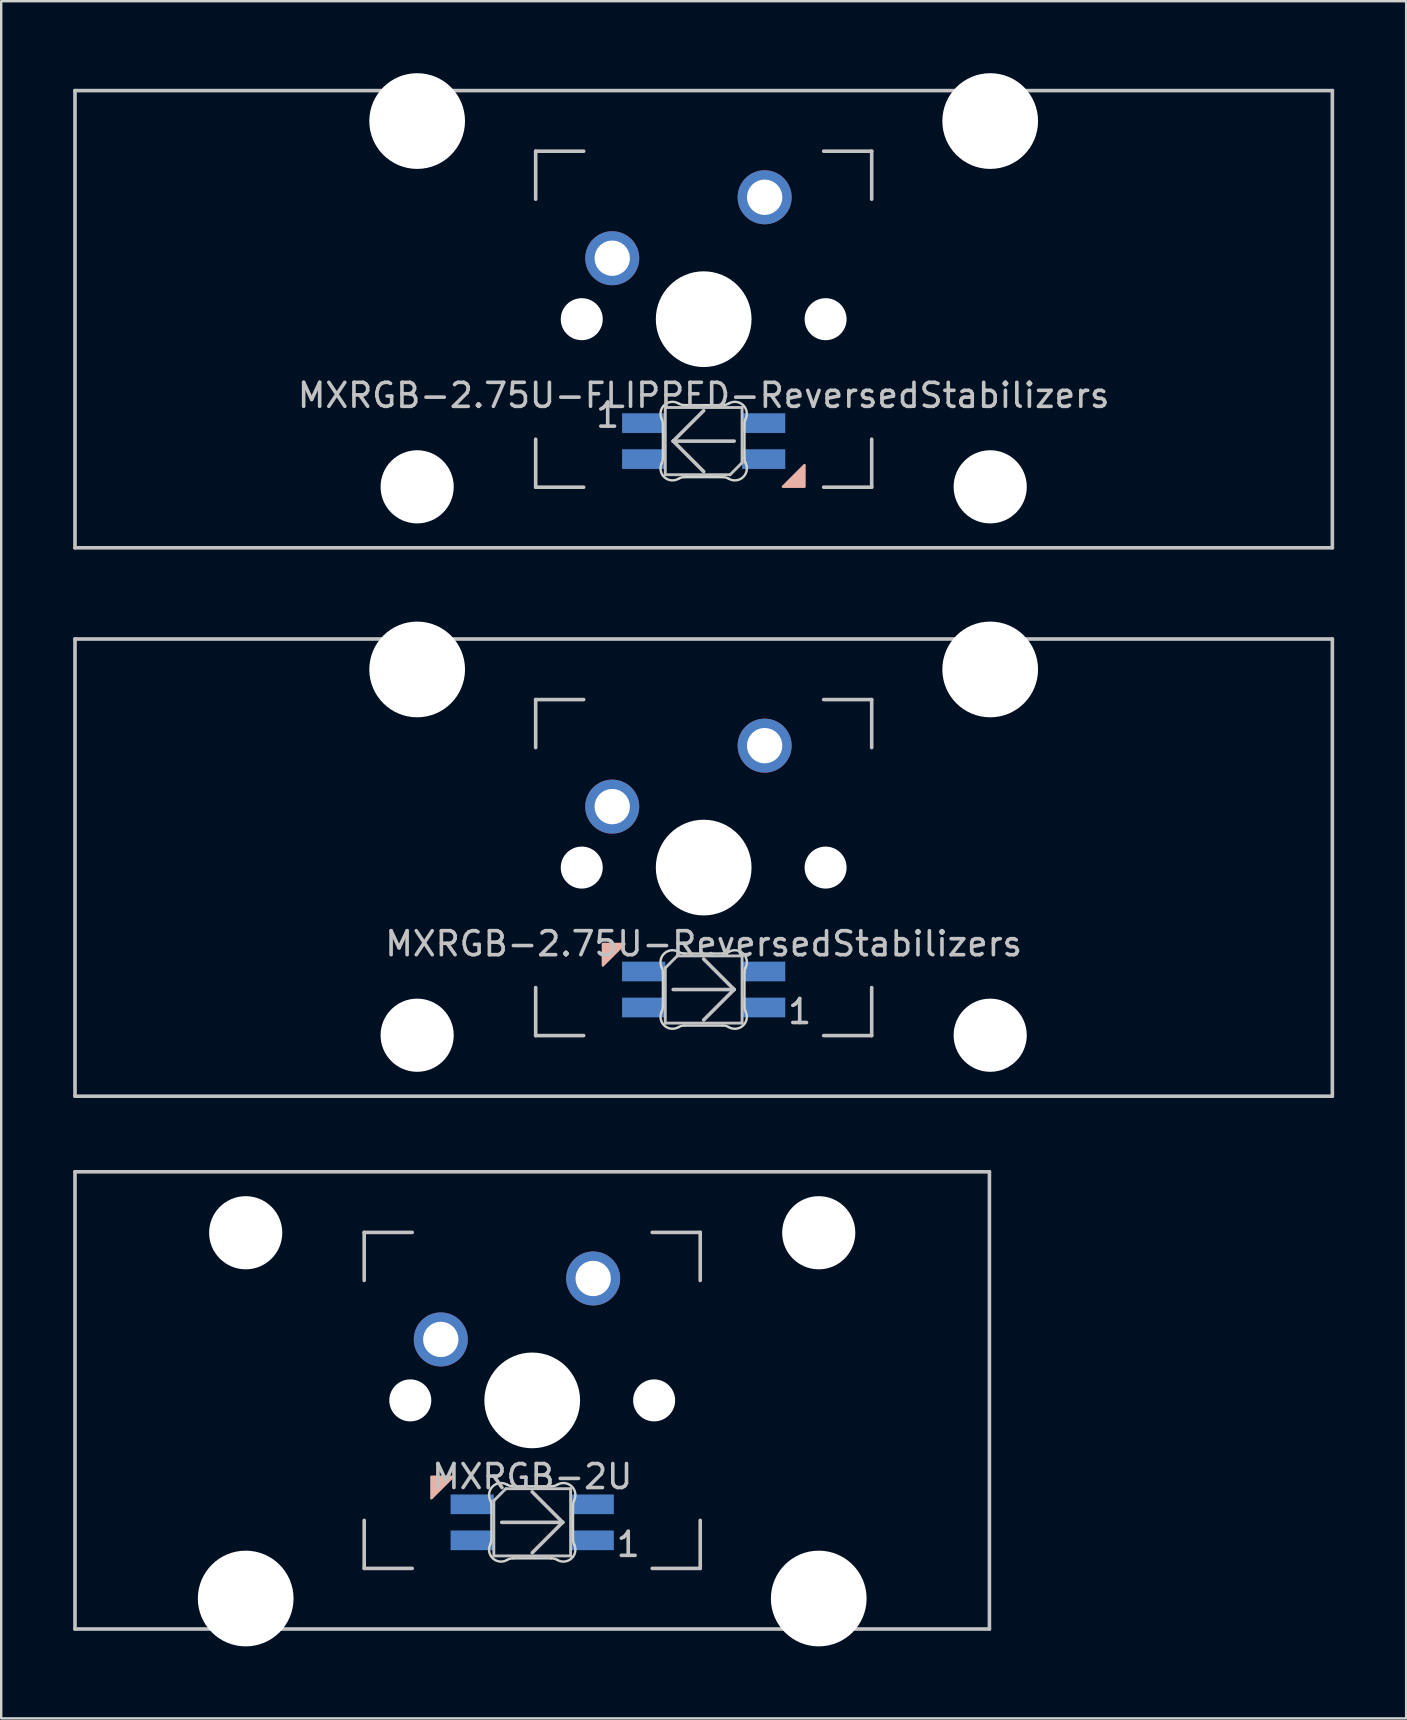
<source format=kicad_pcb>
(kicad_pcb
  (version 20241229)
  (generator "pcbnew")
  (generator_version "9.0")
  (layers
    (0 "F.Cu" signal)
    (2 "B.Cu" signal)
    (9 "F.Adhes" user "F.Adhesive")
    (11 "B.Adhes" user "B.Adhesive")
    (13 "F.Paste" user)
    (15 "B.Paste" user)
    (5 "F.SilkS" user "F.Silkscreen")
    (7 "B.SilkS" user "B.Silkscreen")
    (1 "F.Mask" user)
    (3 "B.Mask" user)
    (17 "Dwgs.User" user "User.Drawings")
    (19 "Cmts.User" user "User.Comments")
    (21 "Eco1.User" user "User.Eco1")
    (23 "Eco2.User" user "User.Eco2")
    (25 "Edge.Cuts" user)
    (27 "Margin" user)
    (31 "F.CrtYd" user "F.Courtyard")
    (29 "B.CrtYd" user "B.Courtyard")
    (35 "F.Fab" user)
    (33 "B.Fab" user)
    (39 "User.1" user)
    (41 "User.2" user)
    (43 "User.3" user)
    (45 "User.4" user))
  (footprint "MXRGB-2U"
    (layer "F.Cu")
    (at 19.125 55.298)
    (property "Reference" "MXRGB-2U" (at 0 3.175 0) (layer "Dwgs.User") (effects (font (size 1 1) (thickness 0.15))))
    (attr through_hole)
    (fp_poly (pts (xy -4.2 4.08) (xy -3.3 3.18) (xy -4.2 3.18)) (stroke (width 0.1) (type solid)) (fill yes) (layer "B.SilkS"))
    (fp_line (start -19.05 -9.525) (end 19.05 -9.525) (stroke (width 0.15) (type solid)) (layer "Dwgs.User"))
    (fp_line (start -19.05 9.525) (end -19.05 -9.525) (stroke (width 0.15) (type solid)) (layer "Dwgs.User"))
    (fp_line (start -19.05 9.525) (end 19.05 9.525) (stroke (width 0.15) (type solid)) (layer "Dwgs.User"))
    (fp_line (start -7 -7) (end -7 -5) (stroke (width 0.15) (type solid)) (layer "Dwgs.User"))
    (fp_line (start -7 5) (end -7 7) (stroke (width 0.15) (type solid)) (layer "Dwgs.User"))
    (fp_line (start -7 7) (end -5 7) (stroke (width 0.15) (type solid)) (layer "Dwgs.User"))
    (fp_line (start -5 -7) (end -7 -7) (stroke (width 0.15) (type solid)) (layer "Dwgs.User"))
    (fp_line (start -1.6 4.18) (end -1.6 6.48) (stroke (width 0.12) (type solid)) (layer "Dwgs.User"))
    (fp_line (start -1.6 4.18) (end -1.1 3.68) (stroke (width 0.12) (type solid)) (layer "Dwgs.User"))
    (fp_line (start -1.6 6.48) (end 1.6 6.48) (stroke (width 0.12) (type solid)) (layer "Dwgs.User"))
    (fp_line (start -1.27 5.08) (end 1.27 5.08) (stroke (width 0.15) (type solid)) (layer "Dwgs.User"))
    (fp_line (start 1.27 5.08) (end 0 3.81) (stroke (width 0.15) (type solid)) (layer "Dwgs.User"))
    (fp_line (start 1.27 5.08) (end 0 6.35) (stroke (width 0.15) (type solid)) (layer "Dwgs.User"))
    (fp_line (start 1.6 3.68) (end -1.1 3.68) (stroke (width 0.12) (type solid)) (layer "Dwgs.User"))
    (fp_line (start 1.6 6.48) (end 1.6 3.68) (stroke (width 0.12) (type solid)) (layer "Dwgs.User"))
    (fp_line (start 5 -7) (end 7 -7) (stroke (width 0.15) (type solid)) (layer "Dwgs.User"))
    (fp_line (start 5 7) (end 7 7) (stroke (width 0.15) (type solid)) (layer "Dwgs.User"))
    (fp_line (start 7 -7) (end 7 -5) (stroke (width 0.15) (type solid)) (layer "Dwgs.User"))
    (fp_line (start 7 7) (end 7 5) (stroke (width 0.15) (type solid)) (layer "Dwgs.User"))
    (fp_line (start 19.05 -9.525) (end 19.05 9.525) (stroke (width 0.15) (type solid)) (layer "Dwgs.User"))
    (fp_line (start -1.7 5.783) (end -1.7 4.377) (stroke (width 0.1) (type solid)) (layer "Edge.Cuts"))
    (fp_line (start -0.794 3.58) (end 0.794 3.58) (stroke (width 0.1) (type solid)) (layer "Edge.Cuts"))
    (fp_line (start 0.794 6.58) (end -0.794 6.58) (stroke (width 0.1) (type solid)) (layer "Edge.Cuts"))
    (fp_line (start 1.7 4.377) (end 1.7 5.783) (stroke (width 0.1) (type solid)) (layer "Edge.Cuts"))
    (fp_arc (start -1.749484 4.160281) (mid -1.712527 4.265933) (end -1.699999 4.377159) (stroke (width 0.1) (type solid)) (layer "Edge.Cuts"))
    (fp_arc (start -1.749484 4.160282) (mid -1.638072 3.575966) (end -1.046711 3.511702) (stroke (width 0.1) (type solid)) (layer "Edge.Cuts"))
    (fp_arc (start -1.699999 5.782844) (mid -1.712527 5.894069) (end -1.749484 5.999721) (stroke (width 0.1) (type solid)) (layer "Edge.Cuts"))
    (fp_arc (start -1.046711 6.648299) (mid -1.638071 6.584035) (end -1.749484 5.999721) (stroke (width 0.1) (type solid)) (layer "Edge.Cuts"))
    (fp_arc (start -1.046711 6.648299) (mid -0.925123 6.597377) (end -0.794453 6.58) (stroke (width 0.1) (type solid)) (layer "Edge.Cuts"))
    (fp_arc (start -0.794452 3.580001) (mid -0.925123 3.562624) (end -1.046711 3.511702) (stroke (width 0.1) (type solid)) (layer "Edge.Cuts"))
    (fp_arc (start 0.794453 6.580001) (mid 0.925123 6.597378) (end 1.046711 6.6483) (stroke (width 0.1) (type solid)) (layer "Edge.Cuts"))
    (fp_arc (start 1.04671 3.511702) (mid 0.925122 3.562624) (end 0.794452 3.580001) (stroke (width 0.1) (type solid)) (layer "Edge.Cuts"))
    (fp_arc (start 1.046711 3.511704) (mid 1.63807 3.575967) (end 1.749484 4.160281) (stroke (width 0.1) (type solid)) (layer "Edge.Cuts"))
    (fp_arc (start 1.699999 4.377158) (mid 1.712527 4.265933) (end 1.749484 4.160281) (stroke (width 0.1) (type solid)) (layer "Edge.Cuts"))
    (fp_arc (start 1.749484 5.999721) (mid 1.638071 6.584036) (end 1.046711 6.6483) (stroke (width 0.1) (type solid)) (layer "Edge.Cuts"))
    (fp_arc (start 1.749484 5.999721) (mid 1.712527 5.894069) (end 1.699999 5.782843) (stroke (width 0.1) (type solid)) (layer "Edge.Cuts"))
    (fp_text user "1" (at 4 6 0) (layer "Dwgs.User") (effects (font (size 1 1) (thickness 0.15))))
    (pad "" np_thru_hole circle (at -11.938 -6.985) (size 3.048 3.048) (drill 3.048) (layers "*.Cu" "*.Mask"))
    (pad "" np_thru_hole circle (at -11.938 8.255) (size 3.988 3.988) (drill 3.988) (layers "*.Cu" "*.Mask"))
    (pad "" np_thru_hole circle (at -5.08 0 48.1) (size 1.75 1.75) (drill 1.75) (layers "*.Cu" "*.Mask"))
    (pad "" np_thru_hole circle (at 0 0) (size 3.988 3.988) (drill 3.988) (layers "*.Cu" "*.Mask"))
    (pad "" np_thru_hole circle (at 5.08 0 48.1) (size 1.75 1.75) (drill 1.75) (layers "*.Cu" "*.Mask"))
    (pad "" np_thru_hole circle (at 11.938 -6.985) (size 3.048 3.048) (drill 3.048) (layers "*.Cu" "*.Mask"))
    (pad "" np_thru_hole circle (at 11.938 8.255) (size 3.988 3.988) (drill 3.988) (layers "*.Cu" "*.Mask"))
    (pad "1" thru_hole circle (at -3.81 -2.54) (size 2.25 2.25) (drill 1.47) (layers "*.Cu" "B.Mask"))
    (pad "2" thru_hole circle (at 2.54 -5.08) (size 2.25 2.25) (drill 1.47) (layers "*.Cu" "B.Mask"))
    (pad "3" smd rect (at 2.5 5.83) (size 1.8 0.82) (layers "B.Cu" "B.Mask" "B.Paste"))
    (pad "4" smd rect (at 2.5 4.33) (size 1.8 0.82) (layers "B.Cu" "B.Mask" "B.Paste"))
    (pad "5" smd rect (at -2.5 4.33) (size 1.8 0.82) (layers "B.Cu" "B.Mask" "B.Paste"))
    (pad "6" smd rect (at -2.5 5.83) (size 1.8 0.82) (layers "B.Cu" "B.Mask" "B.Paste")))
  (footprint "MXRGB-2.75U-FLIPPED-ReversedStabilizers"
    (layer "F.Cu")
    (at 26.269 10.249)
    (property "Reference" "MXRGB-2.75U-FLIPPED-ReversedStabilizers" (at 0 3.175 0) (layer "Dwgs.User") (effects (font (size 1 1) (thickness 0.15))))
    (attr through_hole)
    (fp_poly (pts (xy 4.2 6.08) (xy 3.3 6.98) (xy 4.2 6.98)) (stroke (width 0.1) (type solid)) (fill yes) (layer "B.SilkS"))
    (fp_line (start -26.194 -9.525) (end 26.194 -9.525) (stroke (width 0.15) (type solid)) (layer "Dwgs.User"))
    (fp_line (start -26.194 9.525) (end -26.194 -9.525) (stroke (width 0.15) (type solid)) (layer "Dwgs.User"))
    (fp_line (start -26.194 9.525) (end 26.194 9.525) (stroke (width 0.15) (type solid)) (layer "Dwgs.User"))
    (fp_line (start -7 -7) (end -7 -5) (stroke (width 0.15) (type solid)) (layer "Dwgs.User"))
    (fp_line (start -7 5) (end -7 7) (stroke (width 0.15) (type solid)) (layer "Dwgs.User"))
    (fp_line (start -7 7) (end -5 7) (stroke (width 0.15) (type solid)) (layer "Dwgs.User"))
    (fp_line (start -5 -7) (end -7 -7) (stroke (width 0.15) (type solid)) (layer "Dwgs.User"))
    (fp_line (start -1.6 3.68) (end -1.6 6.48) (stroke (width 0.12) (type solid)) (layer "Dwgs.User"))
    (fp_line (start -1.6 6.48) (end 1.1 6.48) (stroke (width 0.12) (type solid)) (layer "Dwgs.User"))
    (fp_line (start -1.27 5.08) (end 0 3.81) (stroke (width 0.15) (type solid)) (layer "Dwgs.User"))
    (fp_line (start -1.27 5.08) (end 0 6.35) (stroke (width 0.15) (type solid)) (layer "Dwgs.User"))
    (fp_line (start -1.27 5.08) (end 1.27 5.08) (stroke (width 0.15) (type solid)) (layer "Dwgs.User"))
    (fp_line (start 1.6 3.68) (end -1.6 3.68) (stroke (width 0.12) (type solid)) (layer "Dwgs.User"))
    (fp_line (start 1.6 5.98) (end 1.1 6.48) (stroke (width 0.12) (type solid)) (layer "Dwgs.User"))
    (fp_line (start 1.6 5.98) (end 1.6 3.68) (stroke (width 0.12) (type solid)) (layer "Dwgs.User"))
    (fp_line (start 5 -7) (end 7 -7) (stroke (width 0.15) (type solid)) (layer "Dwgs.User"))
    (fp_line (start 5 7) (end 7 7) (stroke (width 0.15) (type solid)) (layer "Dwgs.User"))
    (fp_line (start 7 -7) (end 7 -5) (stroke (width 0.15) (type solid)) (layer "Dwgs.User"))
    (fp_line (start 7 7) (end 7 5) (stroke (width 0.15) (type solid)) (layer "Dwgs.User"))
    (fp_line (start 26.194 -9.525) (end 26.194 9.525) (stroke (width 0.15) (type solid)) (layer "Dwgs.User"))
    (fp_line (start -1.7 5.783) (end -1.7 4.377) (stroke (width 0.1) (type solid)) (layer "Edge.Cuts"))
    (fp_line (start -0.794 3.58) (end 0.794 3.58) (stroke (width 0.1) (type solid)) (layer "Edge.Cuts"))
    (fp_line (start 0.794 6.58) (end -0.794 6.58) (stroke (width 0.1) (type solid)) (layer "Edge.Cuts"))
    (fp_line (start 1.7 4.377) (end 1.7 5.783) (stroke (width 0.1) (type solid)) (layer "Edge.Cuts"))
    (fp_arc (start -1.749484 4.160279) (mid -1.712527 4.265931) (end -1.699999 4.377157) (stroke (width 0.1) (type solid)) (layer "Edge.Cuts"))
    (fp_arc (start -1.749484 4.160279) (mid -1.638071 3.575964) (end -1.046711 3.5117) (stroke (width 0.1) (type solid)) (layer "Edge.Cuts"))
    (fp_arc (start -1.699999 5.782842) (mid -1.712527 5.894067) (end -1.749484 5.999719) (stroke (width 0.1) (type solid)) (layer "Edge.Cuts"))
    (fp_arc (start -1.046711 6.648296) (mid -1.63807 6.584033) (end -1.749484 5.999719) (stroke (width 0.1) (type solid)) (layer "Edge.Cuts"))
    (fp_arc (start -1.04671 6.648298) (mid -0.925122 6.597376) (end -0.794452 6.579999) (stroke (width 0.1) (type solid)) (layer "Edge.Cuts"))
    (fp_arc (start -0.794453 3.579999) (mid -0.925123 3.562622) (end -1.046711 3.5117) (stroke (width 0.1) (type solid)) (layer "Edge.Cuts"))
    (fp_arc (start 0.794452 6.579999) (mid 0.925123 6.597376) (end 1.046711 6.648298) (stroke (width 0.1) (type solid)) (layer "Edge.Cuts"))
    (fp_arc (start 1.046711 3.511701) (mid 0.925123 3.562623) (end 0.794453 3.58) (stroke (width 0.1) (type solid)) (layer "Edge.Cuts"))
    (fp_arc (start 1.046711 3.511701) (mid 1.638071 3.575965) (end 1.749484 4.160279) (stroke (width 0.1) (type solid)) (layer "Edge.Cuts"))
    (fp_arc (start 1.699999 4.377156) (mid 1.712527 4.265931) (end 1.749484 4.160279) (stroke (width 0.1) (type solid)) (layer "Edge.Cuts"))
    (fp_arc (start 1.749484 5.999718) (mid 1.638072 6.584034) (end 1.046711 6.648298) (stroke (width 0.1) (type solid)) (layer "Edge.Cuts"))
    (fp_arc (start 1.749484 5.999719) (mid 1.712527 5.894067) (end 1.699999 5.782841) (stroke (width 0.1) (type solid)) (layer "Edge.Cuts"))
    (fp_text user "1" (at -4 4 0) (layer "Dwgs.User") (effects (font (size 1 1) (thickness 0.15))))
    (pad "" np_thru_hole circle (at -11.938 -8.255) (size 3.988 3.988) (drill 3.988) (layers "*.Cu" "*.Mask"))
    (pad "" np_thru_hole circle (at -11.938 6.985) (size 3.048 3.048) (drill 3.048) (layers "*.Cu" "*.Mask"))
    (pad "" np_thru_hole circle (at -5.08 0 48.1) (size 1.75 1.75) (drill 1.75) (layers "*.Cu" "*.Mask"))
    (pad "" np_thru_hole circle (at 0 0) (size 3.988 3.988) (drill 3.988) (layers "*.Cu" "*.Mask"))
    (pad "" np_thru_hole circle (at 5.08 0 48.1) (size 1.75 1.75) (drill 1.75) (layers "*.Cu" "*.Mask"))
    (pad "" np_thru_hole circle (at 11.938 -8.255) (size 3.988 3.988) (drill 3.988) (layers "*.Cu" "*.Mask"))
    (pad "" np_thru_hole circle (at 11.938 6.985) (size 3.048 3.048) (drill 3.048) (layers "*.Cu" "*.Mask"))
    (pad "1" thru_hole circle (at -3.81 -2.54) (size 2.25 2.25) (drill 1.47) (layers "*.Cu" "B.Mask"))
    (pad "2" thru_hole circle (at 2.54 -5.08) (size 2.25 2.25) (drill 1.47) (layers "*.Cu" "B.Mask"))
    (pad "3" smd rect (at -2.5 4.33) (size 1.8 0.82) (layers "B.Cu" "B.Mask" "B.Paste"))
    (pad "4" smd rect (at -2.5 5.83) (size 1.8 0.82) (layers "B.Cu" "B.Mask" "B.Paste"))
    (pad "5" smd rect (at 2.5 5.83) (size 1.8 0.82) (layers "B.Cu" "B.Mask" "B.Paste"))
    (pad "6" smd rect (at 2.5 4.33) (size 1.8 0.82) (layers "B.Cu" "B.Mask" "B.Paste")))
  (footprint "MXRGB-2.75U-ReversedStabilizers"
    (layer "F.Cu")
    (at 26.269 33.098)
    (property "Reference" "MXRGB-2.75U-ReversedStabilizers" (at 0 3.175 0) (layer "Dwgs.User") (effects (font (size 1 1) (thickness 0.15))))
    (attr through_hole)
    (fp_poly (pts (xy -4.2 4.08) (xy -3.3 3.18) (xy -4.2 3.18)) (stroke (width 0.1) (type solid)) (fill yes) (layer "B.SilkS"))
    (fp_line (start -26.194 -9.525) (end 26.194 -9.525) (stroke (width 0.15) (type solid)) (layer "Dwgs.User"))
    (fp_line (start -26.194 9.525) (end -26.194 -9.525) (stroke (width 0.15) (type solid)) (layer "Dwgs.User"))
    (fp_line (start -26.194 9.525) (end 26.194 9.525) (stroke (width 0.15) (type solid)) (layer "Dwgs.User"))
    (fp_line (start -7 -7) (end -7 -5) (stroke (width 0.15) (type solid)) (layer "Dwgs.User"))
    (fp_line (start -7 5) (end -7 7) (stroke (width 0.15) (type solid)) (layer "Dwgs.User"))
    (fp_line (start -7 7) (end -5 7) (stroke (width 0.15) (type solid)) (layer "Dwgs.User"))
    (fp_line (start -5 -7) (end -7 -7) (stroke (width 0.15) (type solid)) (layer "Dwgs.User"))
    (fp_line (start -1.6 4.18) (end -1.6 6.48) (stroke (width 0.12) (type solid)) (layer "Dwgs.User"))
    (fp_line (start -1.6 4.18) (end -1.1 3.68) (stroke (width 0.12) (type solid)) (layer "Dwgs.User"))
    (fp_line (start -1.6 6.48) (end 1.6 6.48) (stroke (width 0.12) (type solid)) (layer "Dwgs.User"))
    (fp_line (start -1.27 5.08) (end 1.27 5.08) (stroke (width 0.15) (type solid)) (layer "Dwgs.User"))
    (fp_line (start 1.27 5.08) (end 0 3.81) (stroke (width 0.15) (type solid)) (layer "Dwgs.User"))
    (fp_line (start 1.27 5.08) (end 0 6.35) (stroke (width 0.15) (type solid)) (layer "Dwgs.User"))
    (fp_line (start 1.6 3.68) (end -1.1 3.68) (stroke (width 0.12) (type solid)) (layer "Dwgs.User"))
    (fp_line (start 1.6 6.48) (end 1.6 3.68) (stroke (width 0.12) (type solid)) (layer "Dwgs.User"))
    (fp_line (start 5 -7) (end 7 -7) (stroke (width 0.15) (type solid)) (layer "Dwgs.User"))
    (fp_line (start 5 7) (end 7 7) (stroke (width 0.15) (type solid)) (layer "Dwgs.User"))
    (fp_line (start 7 -7) (end 7 -5) (stroke (width 0.15) (type solid)) (layer "Dwgs.User"))
    (fp_line (start 7 7) (end 7 5) (stroke (width 0.15) (type solid)) (layer "Dwgs.User"))
    (fp_line (start 26.194 -9.525) (end 26.194 9.525) (stroke (width 0.15) (type solid)) (layer "Dwgs.User"))
    (fp_line (start -1.7 5.783) (end -1.7 4.377) (stroke (width 0.1) (type solid)) (layer "Edge.Cuts"))
    (fp_line (start -0.794 3.58) (end 0.794 3.58) (stroke (width 0.1) (type solid)) (layer "Edge.Cuts"))
    (fp_line (start 0.794 6.58) (end -0.794 6.58) (stroke (width 0.1) (type solid)) (layer "Edge.Cuts"))
    (fp_line (start 1.7 4.377) (end 1.7 5.783) (stroke (width 0.1) (type solid)) (layer "Edge.Cuts"))
    (fp_arc (start -1.749484 4.160281) (mid -1.712527 4.265933) (end -1.699999 4.377159) (stroke (width 0.1) (type solid)) (layer "Edge.Cuts"))
    (fp_arc (start -1.749484 4.160282) (mid -1.638072 3.575966) (end -1.046711 3.511702) (stroke (width 0.1) (type solid)) (layer "Edge.Cuts"))
    (fp_arc (start -1.699999 5.782844) (mid -1.712527 5.894069) (end -1.749484 5.999721) (stroke (width 0.1) (type solid)) (layer "Edge.Cuts"))
    (fp_arc (start -1.046711 6.648299) (mid -1.638071 6.584035) (end -1.749484 5.999721) (stroke (width 0.1) (type solid)) (layer "Edge.Cuts"))
    (fp_arc (start -1.046711 6.648299) (mid -0.925123 6.597377) (end -0.794453 6.58) (stroke (width 0.1) (type solid)) (layer "Edge.Cuts"))
    (fp_arc (start -0.794452 3.580001) (mid -0.925123 3.562624) (end -1.046711 3.511702) (stroke (width 0.1) (type solid)) (layer "Edge.Cuts"))
    (fp_arc (start 0.794453 6.580001) (mid 0.925123 6.597378) (end 1.046711 6.6483) (stroke (width 0.1) (type solid)) (layer "Edge.Cuts"))
    (fp_arc (start 1.04671 3.511702) (mid 0.925122 3.562624) (end 0.794452 3.580001) (stroke (width 0.1) (type solid)) (layer "Edge.Cuts"))
    (fp_arc (start 1.046711 3.511704) (mid 1.63807 3.575967) (end 1.749484 4.160281) (stroke (width 0.1) (type solid)) (layer "Edge.Cuts"))
    (fp_arc (start 1.699999 4.377158) (mid 1.712527 4.265933) (end 1.749484 4.160281) (stroke (width 0.1) (type solid)) (layer "Edge.Cuts"))
    (fp_arc (start 1.749484 5.999721) (mid 1.638071 6.584036) (end 1.046711 6.6483) (stroke (width 0.1) (type solid)) (layer "Edge.Cuts"))
    (fp_arc (start 1.749484 5.999721) (mid 1.712527 5.894069) (end 1.699999 5.782843) (stroke (width 0.1) (type solid)) (layer "Edge.Cuts"))
    (fp_text user "1" (at 4 6 0) (layer "Dwgs.User") (effects (font (size 1 1) (thickness 0.15))))
    (pad "" np_thru_hole circle (at -11.938 -8.255) (size 3.988 3.988) (drill 3.988) (layers "*.Cu" "*.Mask"))
    (pad "" np_thru_hole circle (at -11.938 6.985) (size 3.048 3.048) (drill 3.048) (layers "*.Cu" "*.Mask"))
    (pad "" np_thru_hole circle (at -5.08 0 48.1) (size 1.75 1.75) (drill 1.75) (layers "*.Cu" "*.Mask"))
    (pad "" np_thru_hole circle (at 0 0) (size 3.988 3.988) (drill 3.988) (layers "*.Cu" "*.Mask"))
    (pad "" np_thru_hole circle (at 5.08 0 48.1) (size 1.75 1.75) (drill 1.75) (layers "*.Cu" "*.Mask"))
    (pad "" np_thru_hole circle (at 11.938 -8.255) (size 3.988 3.988) (drill 3.988) (layers "*.Cu" "*.Mask"))
    (pad "" np_thru_hole circle (at 11.938 6.985) (size 3.048 3.048) (drill 3.048) (layers "*.Cu" "*.Mask"))
    (pad "1" thru_hole circle (at -3.81 -2.54) (size 2.25 2.25) (drill 1.47) (layers "*.Cu" "B.Mask"))
    (pad "2" thru_hole circle (at 2.54 -5.08) (size 2.25 2.25) (drill 1.47) (layers "*.Cu" "B.Mask"))
    (pad "3" smd rect (at 2.5 5.83) (size 1.8 0.82) (layers "B.Cu" "B.Mask" "B.Paste"))
    (pad "4" smd rect (at 2.5 4.33) (size 1.8 0.82) (layers "B.Cu" "B.Mask" "B.Paste"))
    (pad "5" smd rect (at -2.5 4.33) (size 1.8 0.82) (layers "B.Cu" "B.Mask" "B.Paste"))
    (pad "6" smd rect (at -2.5 5.83) (size 1.8 0.82) (layers "B.Cu" "B.Mask" "B.Paste")))
  (gr_rect
    (start -3 -3)
    (end 55.538 68.547)
    (stroke (width 0.1) (type default))
    (fill no)
    (layer "Edge.Cuts")))
</source>
